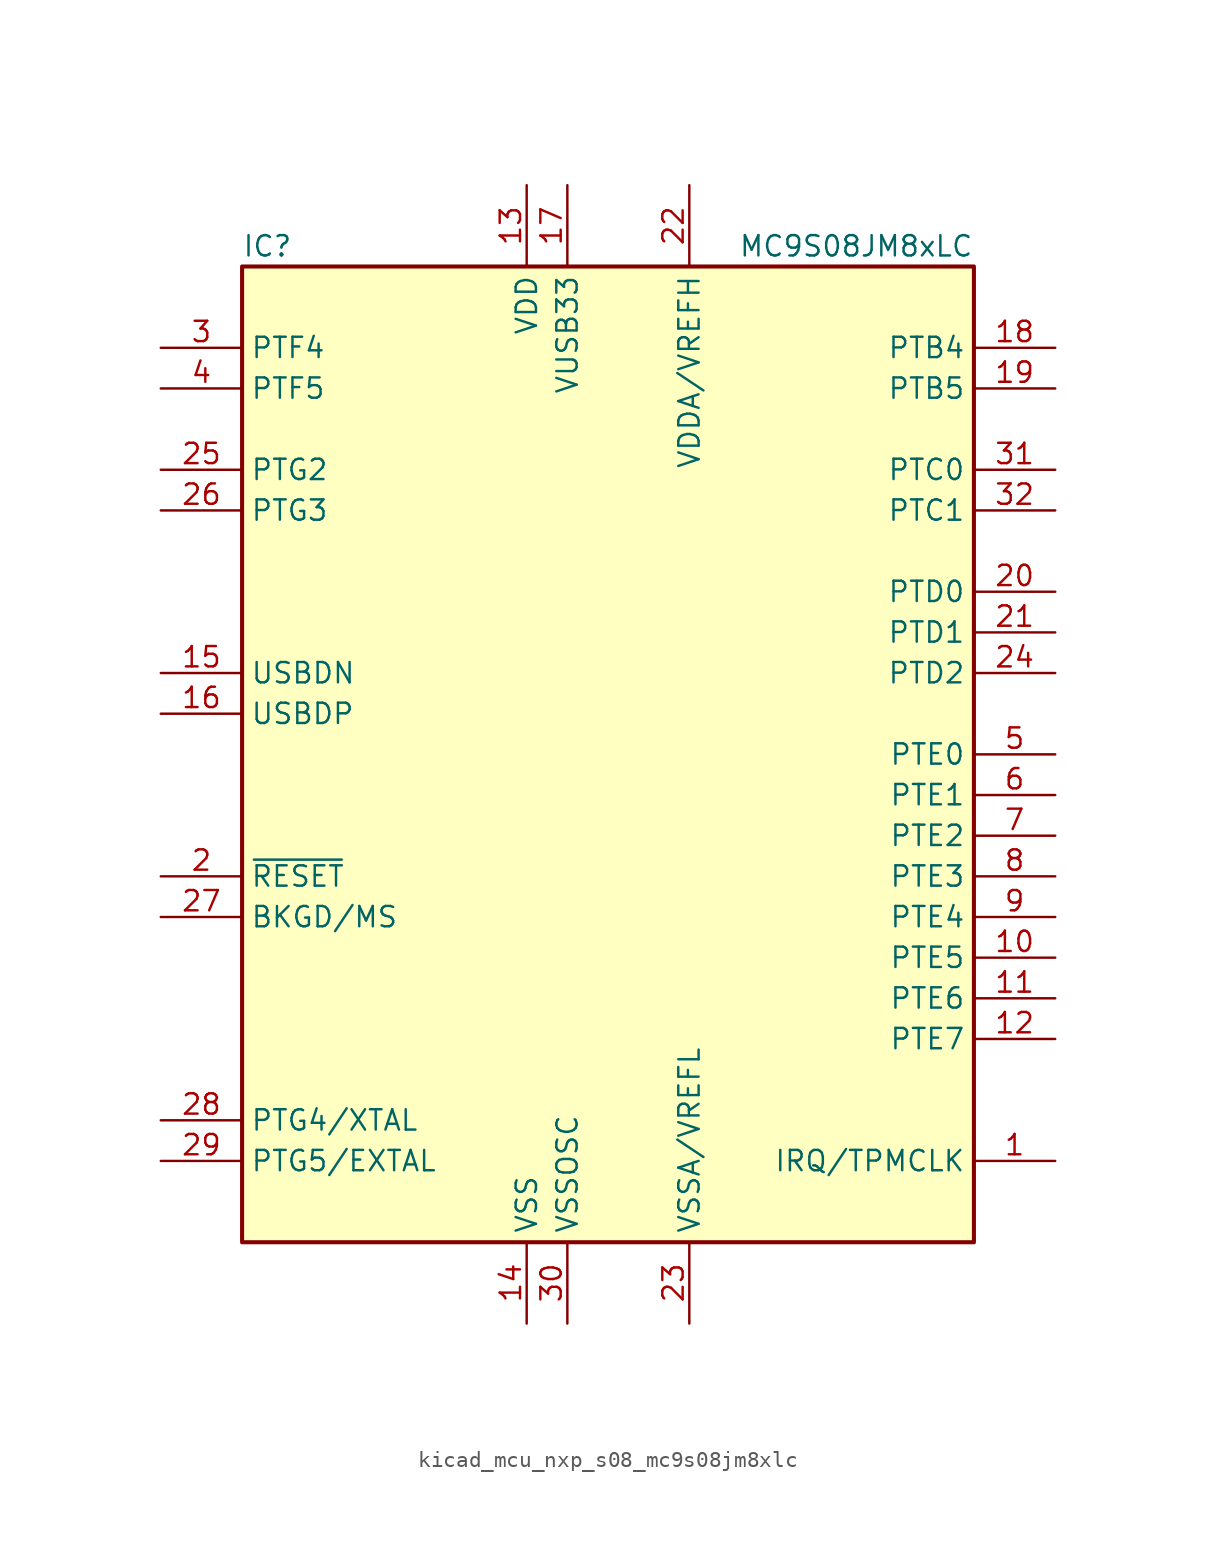
<source format=kicad_sym>
(kicad_symbol_lib
  (version 20220914)
  (generator kicad_symbol_editor)
  (symbol "kicad_mcu_nxp_s08_mc9s08jm8xlc"
    (property "Reference" "IC"
      (at -22.86 31.75 0)
      (effects (font (size 1.27 1.27)) (justify left)))
    (property "Value" "MC9S08JM8xLC"
      (at 22.86 31.75 0)
      (effects (font (size 1.27 1.27)) (justify right)))
    (symbol "kicad_mcu_nxp_s08_mc9s08jm8xlc_0_1"
      (rectangle (start -22.86 30.48) (end 22.86 -30.48) (stroke (width 0.254) (type default)) (fill (type background))))
    (symbol "kicad_mcu_nxp_s08_mc9s08jm8xlc_1_1"
      (pin bidirectional line (at 27.94 -25.4 180) (length 5.08) (name "IRQ/TPMCLK" (effects (font (size 1.27 1.27)))) (number "1" (effects (font (size 1.27 1.27)))))
      (pin bidirectional line (at 27.94 -12.7 180) (length 5.08) (name "PTE5" (effects (font (size 1.27 1.27)))) (number "10" (effects (font (size 1.27 1.27)))))
      (pin bidirectional line (at 27.94 -15.24 180) (length 5.08) (name "PTE6" (effects (font (size 1.27 1.27)))) (number "11" (effects (font (size 1.27 1.27)))))
      (pin bidirectional line (at 27.94 -17.78 180) (length 5.08) (name "PTE7" (effects (font (size 1.27 1.27)))) (number "12" (effects (font (size 1.27 1.27)))))
      (pin power_in line (at -5.08 35.56 270) (length 5.08) (name "VDD" (effects (font (size 1.27 1.27)))) (number "13" (effects (font (size 1.27 1.27)))))
      (pin power_in line (at -5.08 -35.56 90) (length 5.08) (name "VSS" (effects (font (size 1.27 1.27)))) (number "14" (effects (font (size 1.27 1.27)))))
      (pin bidirectional line (at -27.94 5.08 0) (length 5.08) (name "USBDN" (effects (font (size 1.27 1.27)))) (number "15" (effects (font (size 1.27 1.27)))))
      (pin bidirectional line (at -27.94 2.54 0) (length 5.08) (name "USBDP" (effects (font (size 1.27 1.27)))) (number "16" (effects (font (size 1.27 1.27)))))
      (pin power_out line (at -2.54 35.56 270) (length 5.08) (name "VUSB33" (effects (font (size 1.27 1.27)))) (number "17" (effects (font (size 1.27 1.27)))))
      (pin bidirectional line (at 27.94 25.4 180) (length 5.08) (name "PTB4" (effects (font (size 1.27 1.27)))) (number "18" (effects (font (size 1.27 1.27)))))
      (pin bidirectional line (at 27.94 22.86 180) (length 5.08) (name "PTB5" (effects (font (size 1.27 1.27)))) (number "19" (effects (font (size 1.27 1.27)))))
      (pin input line (at -27.94 -7.62 0) (length 5.08) (name "~{RESET}" (effects (font (size 1.27 1.27)))) (number "2" (effects (font (size 1.27 1.27)))))
      (pin bidirectional line (at 27.94 10.16 180) (length 5.08) (name "PTD0" (effects (font (size 1.27 1.27)))) (number "20" (effects (font (size 1.27 1.27)))))
      (pin bidirectional line (at 27.94 7.62 180) (length 5.08) (name "PTD1" (effects (font (size 1.27 1.27)))) (number "21" (effects (font (size 1.27 1.27)))))
      (pin power_in line (at 5.08 35.56 270) (length 5.08) (name "VDDA/VREFH" (effects (font (size 1.27 1.27)))) (number "22" (effects (font (size 1.27 1.27)))))
      (pin power_in line (at 5.08 -35.56 90) (length 5.08) (name "VSSA/VREFL" (effects (font (size 1.27 1.27)))) (number "23" (effects (font (size 1.27 1.27)))))
      (pin bidirectional line (at 27.94 5.08 180) (length 5.08) (name "PTD2" (effects (font (size 1.27 1.27)))) (number "24" (effects (font (size 1.27 1.27)))))
      (pin bidirectional line (at -27.94 17.78 0) (length 5.08) (name "PTG2" (effects (font (size 1.27 1.27)))) (number "25" (effects (font (size 1.27 1.27)))))
      (pin bidirectional line (at -27.94 15.24 0) (length 5.08) (name "PTG3" (effects (font (size 1.27 1.27)))) (number "26" (effects (font (size 1.27 1.27)))))
      (pin bidirectional line (at -27.94 -10.16 0) (length 5.08) (name "BKGD/MS" (effects (font (size 1.27 1.27)))) (number "27" (effects (font (size 1.27 1.27)))))
      (pin bidirectional line (at -27.94 -22.86 0) (length 5.08) (name "PTG4/XTAL" (effects (font (size 1.27 1.27)))) (number "28" (effects (font (size 1.27 1.27)))))
      (pin bidirectional line (at -27.94 -25.4 0) (length 5.08) (name "PTG5/EXTAL" (effects (font (size 1.27 1.27)))) (number "29" (effects (font (size 1.27 1.27)))))
      (pin bidirectional line (at -27.94 25.4 0) (length 5.08) (name "PTF4" (effects (font (size 1.27 1.27)))) (number "3" (effects (font (size 1.27 1.27)))))
      (pin power_in line (at -2.54 -35.56 90) (length 5.08) (name "VSSOSC" (effects (font (size 1.27 1.27)))) (number "30" (effects (font (size 1.27 1.27)))))
      (pin bidirectional line (at 27.94 17.78 180) (length 5.08) (name "PTC0" (effects (font (size 1.27 1.27)))) (number "31" (effects (font (size 1.27 1.27)))))
      (pin bidirectional line (at 27.94 15.24 180) (length 5.08) (name "PTC1" (effects (font (size 1.27 1.27)))) (number "32" (effects (font (size 1.27 1.27)))))
      (pin bidirectional line (at -27.94 22.86 0) (length 5.08) (name "PTF5" (effects (font (size 1.27 1.27)))) (number "4" (effects (font (size 1.27 1.27)))))
      (pin bidirectional line (at 27.94 0 180) (length 5.08) (name "PTE0" (effects (font (size 1.27 1.27)))) (number "5" (effects (font (size 1.27 1.27)))))
      (pin bidirectional line (at 27.94 -2.54 180) (length 5.08) (name "PTE1" (effects (font (size 1.27 1.27)))) (number "6" (effects (font (size 1.27 1.27)))))
      (pin bidirectional line (at 27.94 -5.08 180) (length 5.08) (name "PTE2" (effects (font (size 1.27 1.27)))) (number "7" (effects (font (size 1.27 1.27)))))
      (pin bidirectional line (at 27.94 -7.62 180) (length 5.08) (name "PTE3" (effects (font (size 1.27 1.27)))) (number "8" (effects (font (size 1.27 1.27)))))
      (pin bidirectional line (at 27.94 -10.16 180) (length 5.08) (name "PTE4" (effects (font (size 1.27 1.27)))) (number "9" (effects (font (size 1.27 1.27))))))))
</source>
